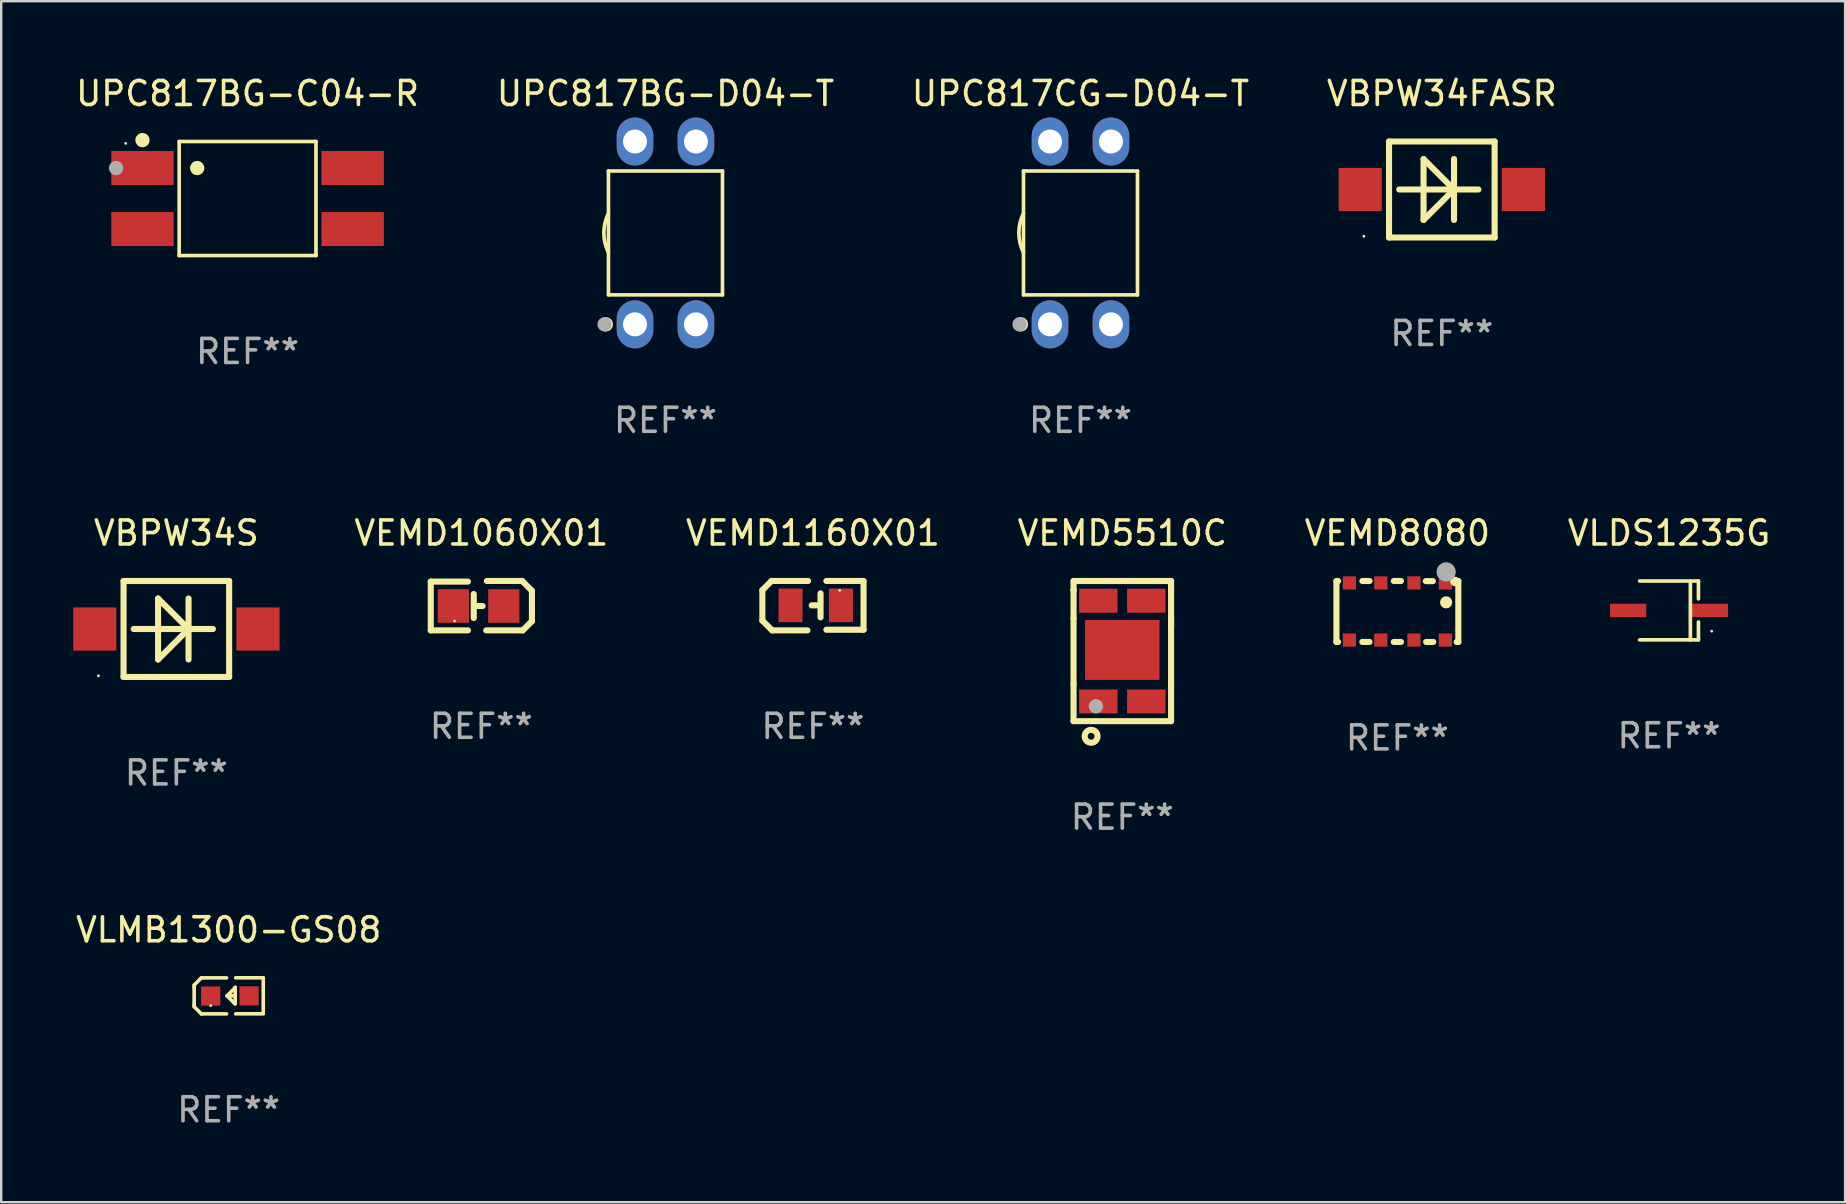
<source format=kicad_pcb>
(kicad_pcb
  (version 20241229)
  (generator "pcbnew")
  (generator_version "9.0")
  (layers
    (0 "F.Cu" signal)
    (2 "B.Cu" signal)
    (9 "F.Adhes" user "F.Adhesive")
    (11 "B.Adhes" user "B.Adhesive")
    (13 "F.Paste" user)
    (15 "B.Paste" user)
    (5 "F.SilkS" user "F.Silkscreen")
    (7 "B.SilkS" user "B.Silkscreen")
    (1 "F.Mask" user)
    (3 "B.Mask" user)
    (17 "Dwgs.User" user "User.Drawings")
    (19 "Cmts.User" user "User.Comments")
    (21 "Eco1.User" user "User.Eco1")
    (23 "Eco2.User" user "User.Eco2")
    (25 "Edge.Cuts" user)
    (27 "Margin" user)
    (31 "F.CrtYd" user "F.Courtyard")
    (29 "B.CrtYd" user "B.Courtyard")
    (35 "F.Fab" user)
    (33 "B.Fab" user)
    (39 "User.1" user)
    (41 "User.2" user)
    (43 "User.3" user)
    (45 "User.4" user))
  (footprint "UPC817BG-C04-R"
    (layer "F.Cu")
    (at 7.268 5.224)
    (property "Reference" "UPC817BG-C04-R" (at 0 -4.376 0) (layer "F.SilkS") (effects (font (size 1 1) (thickness 0.15))))
    (attr through_hole)
    (fp_line (start -2.851 -2.376) (end 2.851 -2.376) (stroke (width 0.152) (type solid)) (layer "F.SilkS"))
    (fp_line (start -2.851 2.376) (end -2.851 -2.376) (stroke (width 0.152) (type solid)) (layer "F.SilkS"))
    (fp_line (start 2.851 -2.376) (end 2.851 2.376) (stroke (width 0.152) (type solid)) (layer "F.SilkS"))
    (fp_line (start 2.851 2.376) (end -2.851 2.376) (stroke (width 0.152) (type solid)) (layer "F.SilkS"))
    (fp_circle (center -5.08 -2.3) (end -5.05 -2.3) (stroke (width 0.06) (type solid)) (fill no) (layer "F.SilkS"))
    (fp_circle (center -4.38 -2.434) (end -4.23 -2.434) (stroke (width 0.3) (type solid)) (fill no) (layer "F.SilkS"))
    (fp_circle (center -2.099 -1.27) (end -1.949 -1.27) (stroke (width 0.3) (type solid)) (fill no) (layer "F.SilkS"))
    (fp_circle (center -5.48 -1.27) (end -5.33 -1.27) (stroke (width 0.3) (type solid)) (fill no) (layer "F.Fab"))
    (fp_text user "REF**" (at 0 6.376 0) (layer "F.Fab") (effects (font (size 1 1) (thickness 0.15))))
    (pad "1" smd rect (at -4.38 -1.27) (size 2.6 1.422) (layers "F.Cu" "F.Mask" "F.Paste"))
    (pad "2" smd rect (at -4.38 1.27) (size 2.6 1.422) (layers "F.Cu" "F.Mask" "F.Paste"))
    (pad "3" smd rect (at 4.38 1.27) (size 2.6 1.422) (layers "F.Cu" "F.Mask" "F.Paste"))
    (pad "4" smd rect (at 4.38 -1.27) (size 2.6 1.422) (layers "F.Cu" "F.Mask" "F.Paste")))
  (footprint "VEMD8080"
    (layer "F.Cu")
    (at 55.189 22.435)
    (property "Reference" "VEMD8080" (at 0 -3.27 0) (layer "F.SilkS") (effects (font (size 1 1) (thickness 0.15))))
    (attr through_hole)
    (fp_line (start -2.54 -1.27) (end -2.54 1.27) (stroke (width 0.254) (type solid)) (layer "F.SilkS"))
    (fp_line (start -2.54 1.27) (end -2.471 1.27) (stroke (width 0.254) (type solid)) (layer "F.SilkS"))
    (fp_line (start -2.471 -1.27) (end -2.54 -1.27) (stroke (width 0.254) (type solid)) (layer "F.SilkS"))
    (fp_line (start -1.459 1.27) (end -1.161 1.27) (stroke (width 0.254) (type solid)) (layer "F.SilkS"))
    (fp_line (start -1.161 -1.27) (end -1.459 -1.27) (stroke (width 0.254) (type solid)) (layer "F.SilkS"))
    (fp_line (start -0.149 1.27) (end 0.149 1.27) (stroke (width 0.254) (type solid)) (layer "F.SilkS"))
    (fp_line (start 0.149 -1.27) (end -0.149 -1.27) (stroke (width 0.254) (type solid)) (layer "F.SilkS"))
    (fp_line (start 1.198 1.27) (end 1.496 1.27) (stroke (width 0.254) (type solid)) (layer "F.SilkS"))
    (fp_line (start 1.482 -1.265) (end 1.185 -1.265) (stroke (width 0.254) (type solid)) (layer "F.SilkS"))
    (fp_line (start 2.471 1.27) (end 2.54 1.27) (stroke (width 0.254) (type solid)) (layer "F.SilkS"))
    (fp_line (start 2.54 -1.27) (end 2.471 -1.27) (stroke (width 0.254) (type solid)) (layer "F.SilkS"))
    (fp_line (start 2.54 1.27) (end 2.54 -1.27) (stroke (width 0.254) (type solid)) (layer "F.SilkS"))
    (fp_circle (center 2.032 -0.381) (end 2.159 -0.381) (stroke (width 0.254) (type solid)) (fill no) (layer "F.SilkS"))
    (fp_circle (center 2.4 -1.25) (end 2.5 -1.25) (stroke (width 0.2) (type solid)) (fill no) (layer "F.SilkS"))
    (fp_circle (center 2.032 -1.651) (end 2.232 -1.651) (stroke (width 0.4) (type solid)) (fill no) (layer "F.Fab"))
    (fp_text user "REF**" (at 0 5.27 0) (layer "F.Fab") (effects (font (size 1 1) (thickness 0.15))))
    (pad "1" smd rect (at 2 -1.19 180) (size 0.55 0.55) (layers "F.Cu" "F.Mask" "F.Paste"))
    (pad "2" smd rect (at 0.69 -1.19 180) (size 0.55 0.55) (layers "F.Cu" "F.Mask" "F.Paste"))
    (pad "3" smd rect (at -0.69 -1.19 180) (size 0.55 0.55) (layers "F.Cu" "F.Mask" "F.Paste"))
    (pad "4" smd rect (at -2 -1.19 180) (size 0.55 0.55) (layers "F.Cu" "F.Mask" "F.Paste"))
    (pad "5" smd rect (at -2 1.19 180) (size 0.55 0.55) (layers "F.Cu" "F.Mask" "F.Paste"))
    (pad "6" smd rect (at -0.69 1.19 180) (size 0.55 0.55) (layers "F.Cu" "F.Mask" "F.Paste"))
    (pad "7" smd rect (at 0.69 1.19 180) (size 0.55 0.55) (layers "F.Cu" "F.Mask" "F.Paste"))
    (pad "8" smd rect (at 2 1.19 180) (size 0.55 0.55) (layers "F.Cu" "F.Mask" "F.Paste")))
  (footprint "VBPW34FASR"
    (layer "F.Cu")
    (at 57.042 4.848)
    (property "Reference" "VBPW34FASR" (at 0 -4 0) (layer "F.SilkS") (effects (font (size 1 1) (thickness 0.15))))
    (attr through_hole)
    (fp_line (start -2.2 -2) (end 2.2 -2) (stroke (width 0.254) (type solid)) (layer "F.SilkS"))
    (fp_line (start -2.2 2) (end -2.2 -2) (stroke (width 0.254) (type solid)) (layer "F.SilkS"))
    (fp_line (start -1.778 0) (end 1.524 0) (stroke (width 0.254) (type solid)) (layer "F.SilkS"))
    (fp_line (start -0.762 -1.27) (end -0.762 1.27) (stroke (width 0.254) (type solid)) (layer "F.SilkS"))
    (fp_line (start -0.762 1.27) (end 0.508 0) (stroke (width 0.254) (type solid)) (layer "F.SilkS"))
    (fp_line (start 0.508 -1.27) (end 0.508 1.27) (stroke (width 0.254) (type solid)) (layer "F.SilkS"))
    (fp_line (start 0.508 0) (end -0.762 -1.27) (stroke (width 0.254) (type solid)) (layer "F.SilkS"))
    (fp_line (start 2.2 -2) (end 2.2 2) (stroke (width 0.254) (type solid)) (layer "F.SilkS"))
    (fp_line (start 2.2 2) (end -2.2 2) (stroke (width 0.254) (type solid)) (layer "F.SilkS"))
    (fp_circle (center -3.25 1.95) (end -3.22 1.95) (stroke (width 0.06) (type solid)) (fill no) (layer "F.SilkS"))
    (fp_text user "REF**" (at 0 6 0) (layer "F.Fab") (effects (font (size 1 1) (thickness 0.15))))
    (pad "1" smd rect (at -3.4 0) (size 1.8 1.8) (layers "F.Cu" "F.Mask" "F.Paste"))
    (pad "2" smd rect (at 3.4 0) (size 1.8 1.8) (layers "F.Cu" "F.Mask" "F.Paste")))
  (footprint "UPC817CG-D04-T"
    (layer "F.Cu")
    (at 41.982 6.658)
    (property "Reference" "UPC817CG-D04-T" (at 0 -5.81 0) (layer "F.SilkS") (effects (font (size 1 1) (thickness 0.15))))
    (attr through_hole)
    (fp_line (start -2.376 -2.581) (end 2.376 -2.581) (stroke (width 0.152) (type solid)) (layer "F.SilkS"))
    (fp_line (start -2.376 2.581) (end -2.376 -2.581) (stroke (width 0.152) (type solid)) (layer "F.SilkS"))
    (fp_line (start 2.376 -2.581) (end 2.376 2.581) (stroke (width 0.152) (type solid)) (layer "F.SilkS"))
    (fp_line (start 2.376 2.581) (end -2.376 2.581) (stroke (width 0.152) (type solid)) (layer "F.SilkS"))
    (fp_arc (start -2.3762 0.812496) (mid -2.568004 0) (end -2.3762 -0.812497) (stroke (width 0.1524) (type solid)) (layer "F.SilkS"))
    (fp_circle (center -2.484 3.81) (end -2.334 3.81) (stroke (width 0.3) (type solid)) (fill no) (layer "F.SilkS"))
    (fp_circle (center -2.3 3.935) (end -2.27 3.935) (stroke (width 0.06) (type solid)) (fill no) (layer "F.SilkS"))
    (fp_circle (center -2.54 3.81) (end -2.39 3.81) (stroke (width 0.3) (type solid)) (fill no) (layer "F.Fab"))
    (fp_text user "REF**" (at 0 7.81 0) (layer "F.Fab") (effects (font (size 1 1) (thickness 0.15))))
    (pad "1" thru_hole oval (at -1.27 3.81) (size 1.524 2) (drill 1) (layers "*.Cu" "*.Mask"))
    (pad "2" thru_hole oval (at 1.27 3.81) (size 1.524 2) (drill 1) (layers "*.Cu" "*.Mask"))
    (pad "3" thru_hole oval (at 1.27 -3.81) (size 1.524 2) (drill 1) (layers "*.Cu" "*.Mask"))
    (pad "4" thru_hole oval (at -1.27 -3.81) (size 1.524 2) (drill 1) (layers "*.Cu" "*.Mask")))
  (footprint "VEMD1160X01"
    (layer "F.Cu")
    (at 30.832 22.193)
    (property "Reference" "VEMD1160X01" (at 0 -3.029 0) (layer "F.SilkS") (effects (font (size 1 1) (thickness 0.15))))
    (attr through_hole)
    (fp_line (start -2.108 -0.648) (end -1.727 -1.029) (stroke (width 0.254) (type solid)) (layer "F.SilkS"))
    (fp_line (start -2.108 0.622) (end -2.108 -0.648) (stroke (width 0.254) (type solid)) (layer "F.SilkS"))
    (fp_line (start -1.727 -1.029) (end -0.203 -1.029) (stroke (width 0.254) (type solid)) (layer "F.SilkS"))
    (fp_line (start -1.702 1.029) (end -2.108 0.622) (stroke (width 0.254) (type solid)) (layer "F.SilkS"))
    (fp_line (start -0.229 1.029) (end -1.702 1.029) (stroke (width 0.254) (type solid)) (layer "F.SilkS"))
    (fp_line (start 0.216 -0.014) (end -0.053 -0.014) (stroke (width 0.254) (type solid)) (layer "F.SilkS"))
    (fp_line (start 0.316 -0.514) (end 0.316 0.486) (stroke (width 0.254) (type solid)) (layer "F.SilkS"))
    (fp_line (start 0.559 1.003) (end 2.108 1.003) (stroke (width 0.254) (type solid)) (layer "F.SilkS"))
    (fp_line (start 2.108 -1.029) (end 0.559 -1.029) (stroke (width 0.254) (type solid)) (layer "F.SilkS"))
    (fp_line (start 2.108 1.003) (end 2.108 -1.029) (stroke (width 0.254) (type solid)) (layer "F.SilkS"))
    (fp_circle (center 1.116 -0.639) (end 1.146 -0.639) (stroke (width 0.06) (type solid)) (fill no) (layer "F.SilkS"))
    (fp_text user "REF**" (at 0 5.029 0) (layer "F.Fab") (effects (font (size 1 1) (thickness 0.15))))
    (pad "1" smd rect (at 1.166 -0.014 180) (size 1 1.4) (layers "F.Cu" "F.Mask" "F.Paste"))
    (pad "2" smd rect (at -0.935 -0.014 180) (size 1 1.4) (layers "F.Cu" "F.Mask" "F.Paste")))
  (footprint "VLDS1235G"
    (layer "F.Cu")
    (at 66.511 22.391)
    (property "Reference" "VLDS1235G" (at 0 -3.226 0) (layer "F.SilkS") (effects (font (size 1 1) (thickness 0.15))))
    (attr through_hole)
    (fp_line (start -1.226 -1.226) (end 1.226 -1.226) (stroke (width 0.152) (type solid)) (layer "F.SilkS"))
    (fp_line (start -1.226 1.226) (end 1.226 1.226) (stroke (width 0.152) (type solid)) (layer "F.SilkS"))
    (fp_line (start 0.889 -1.226) (end 0.889 1.226) (stroke (width 0.152) (type solid)) (layer "F.SilkS"))
    (fp_line (start 1.226 -1.226) (end 1.226 -0.483) (stroke (width 0.152) (type solid)) (layer "F.SilkS"))
    (fp_line (start 1.226 1.226) (end 1.226 0.483) (stroke (width 0.152) (type solid)) (layer "F.SilkS"))
    (fp_circle (center 1.778 0.866) (end 1.808 0.866) (stroke (width 0.06) (type solid)) (fill no) (layer "F.SilkS"))
    (fp_text user "REF**" (at 0 5.226 0) (layer "F.Fab") (effects (font (size 1 1) (thickness 0.15))))
    (pad "1" smd rect (at 1.705 0 180) (size 1.51 0.56) (layers "F.Cu" "F.Mask" "F.Paste"))
    (pad "2" smd rect (at -1.705 0 180) (size 1.51 0.56) (layers "F.Cu" "F.Mask" "F.Paste")))
  (footprint "VEMD1060X01"
    (layer "F.Cu")
    (at 17.011 22.193)
    (property "Reference" "VEMD1060X01" (at 0 -3.029 0) (layer "F.SilkS") (effects (font (size 1 1) (thickness 0.15))))
    (attr through_hole)
    (fp_line (start -2.108 -1.003) (end -2.108 1.029) (stroke (width 0.254) (type solid)) (layer "F.SilkS"))
    (fp_line (start -2.108 1.029) (end -0.559 1.029) (stroke (width 0.254) (type solid)) (layer "F.SilkS"))
    (fp_line (start -0.559 -1.003) (end -2.108 -1.003) (stroke (width 0.254) (type solid)) (layer "F.SilkS"))
    (fp_line (start -0.316 0.514) (end -0.316 -0.486) (stroke (width 0.254) (type solid)) (layer "F.SilkS"))
    (fp_line (start -0.216 0.014) (end 0.053 0.014) (stroke (width 0.254) (type solid)) (layer "F.SilkS"))
    (fp_line (start 0.229 -1.029) (end 1.702 -1.029) (stroke (width 0.254) (type solid)) (layer "F.SilkS"))
    (fp_line (start 1.702 -1.029) (end 2.108 -0.622) (stroke (width 0.254) (type solid)) (layer "F.SilkS"))
    (fp_line (start 1.727 1.029) (end 0.203 1.029) (stroke (width 0.254) (type solid)) (layer "F.SilkS"))
    (fp_line (start 2.108 -0.622) (end 2.108 0.648) (stroke (width 0.254) (type solid)) (layer "F.SilkS"))
    (fp_line (start 2.108 0.648) (end 1.727 1.029) (stroke (width 0.254) (type solid)) (layer "F.SilkS"))
    (fp_circle (center -1.116 0.639) (end -1.086 0.639) (stroke (width 0.06) (type solid)) (fill no) (layer "F.SilkS"))
    (fp_text user "REF**" (at 0 5.029 0) (layer "F.Fab") (effects (font (size 1 1) (thickness 0.15))))
    (pad "1" smd rect (at -1.166 0.014) (size 1.3 1.4) (layers "F.Cu" "F.Mask" "F.Paste"))
    (pad "2" smd rect (at 0.935 0.014) (size 1.3 1.4) (layers "F.Cu" "F.Mask" "F.Paste")))
  (footprint "VEMD5510C"
    (layer "F.Cu")
    (at 43.725 24.086)
    (property "Reference" "VEMD5510C" (at 0 -4.921 0) (layer "F.SilkS") (effects (font (size 1 1) (thickness 0.15))))
    (attr through_hole)
    (fp_line (start -2.032 -2.921) (end 2.032 -2.921) (stroke (width 0.254) (type solid)) (layer "F.SilkS"))
    (fp_line (start -2.032 -2.54) (end -2.032 -2.921) (stroke (width 0.254) (type solid)) (layer "F.SilkS"))
    (fp_line (start -2.032 -2.54) (end -2.031 -2.54) (stroke (width 0.254) (type solid)) (layer "F.SilkS"))
    (fp_line (start -2.032 -1.369) (end -2.032 -2.54) (stroke (width 0.254) (type solid)) (layer "F.SilkS"))
    (fp_line (start -2.032 -1.369) (end -2.032 1.369) (stroke (width 0.254) (type solid)) (layer "F.SilkS"))
    (fp_line (start -2.032 2.921) (end -2.032 1.369) (stroke (width 0.254) (type solid)) (layer "F.SilkS"))
    (fp_line (start 2.031 -2.54) (end 2.032 -2.54) (stroke (width 0.254) (type solid)) (layer "F.SilkS"))
    (fp_line (start 2.032 -2.921) (end 2.032 -2.54) (stroke (width 0.254) (type solid)) (layer "F.SilkS"))
    (fp_line (start 2.032 -2.54) (end 2.032 -0.989) (stroke (width 0.254) (type solid)) (layer "F.SilkS"))
    (fp_line (start 2.032 -1.369) (end 2.032 1.369) (stroke (width 0.254) (type solid)) (layer "F.SilkS"))
    (fp_line (start 2.032 1.369) (end 2.032 2.921) (stroke (width 0.254) (type solid)) (layer "F.SilkS"))
    (fp_line (start 2.032 2.921) (end -2.032 2.921) (stroke (width 0.254) (type solid)) (layer "F.SilkS"))
    (fp_circle (center -2 2.5) (end -1.97 2.5) (stroke (width 0.06) (type solid)) (fill no) (layer "F.SilkS"))
    (fp_circle (center -1.3 3.55) (end -1.031 3.55) (stroke (width 0.254) (type solid)) (fill no) (layer "F.SilkS"))
    (fp_circle (center -1.1 2.3) (end -0.95 2.3) (stroke (width 0.3) (type solid)) (fill no) (layer "F.Fab"))
    (fp_text user "REF**" (at 0 6.921 0) (layer "F.Fab") (effects (font (size 1 1) (thickness 0.15))))
    (pad "1" smd rect (at -1 2.1 90) (size 1 1.6) (layers "F.Cu" "F.Mask" "F.Paste"))
    (pad "2" smd rect (at 1 2.1 90) (size 1 1.6) (layers "F.Cu" "F.Mask" "F.Paste"))
    (pad "3" smd rect (at 1 -2.1 90) (size 1 1.6) (layers "F.Cu" "F.Mask" "F.Paste"))
    (pad "4" smd rect (at -1 -2.1 90) (size 1 1.6) (layers "F.Cu" "F.Mask" "F.Paste"))
    (pad "5" smd rect (at 0 -0.05) (size 3.1 2.5) (layers "F.Cu" "F.Mask" "F.Paste")))
  (footprint "VBPW34S"
    (layer "F.Cu")
    (at 4.3 23.165)
    (property "Reference" "VBPW34S" (at 0 -4 0) (layer "F.SilkS") (effects (font (size 1 1) (thickness 0.15))))
    (attr through_hole)
    (fp_line (start -2.2 -2) (end 2.2 -2) (stroke (width 0.254) (type solid)) (layer "F.SilkS"))
    (fp_line (start -2.2 2) (end -2.2 -2) (stroke (width 0.254) (type solid)) (layer "F.SilkS"))
    (fp_line (start -1.778 0) (end 1.524 0) (stroke (width 0.254) (type solid)) (layer "F.SilkS"))
    (fp_line (start -0.762 -1.27) (end -0.762 1.27) (stroke (width 0.254) (type solid)) (layer "F.SilkS"))
    (fp_line (start -0.762 1.27) (end 0.508 0) (stroke (width 0.254) (type solid)) (layer "F.SilkS"))
    (fp_line (start 0.508 -1.27) (end 0.508 1.27) (stroke (width 0.254) (type solid)) (layer "F.SilkS"))
    (fp_line (start 0.508 0) (end -0.762 -1.27) (stroke (width 0.254) (type solid)) (layer "F.SilkS"))
    (fp_line (start 2.2 -2) (end 2.2 2) (stroke (width 0.254) (type solid)) (layer "F.SilkS"))
    (fp_line (start 2.2 2) (end -2.2 2) (stroke (width 0.254) (type solid)) (layer "F.SilkS"))
    (fp_circle (center -3.25 1.95) (end -3.22 1.95) (stroke (width 0.06) (type solid)) (fill no) (layer "F.SilkS"))
    (fp_text user "REF**" (at 0 6 0) (layer "F.Fab") (effects (font (size 1 1) (thickness 0.15))))
    (pad "1" smd rect (at -3.4 0) (size 1.8 1.8) (layers "F.Cu" "F.Mask" "F.Paste"))
    (pad "2" smd rect (at 3.4 0) (size 1.8 1.8) (layers "F.Cu" "F.Mask" "F.Paste")))
  (footprint "VLMB1300-GS08"
    (layer "F.Cu")
    (at 6.482 38.454)
    (property "Reference" "VLMB1300-GS08" (at 0 -2.751 0) (layer "F.SilkS") (effects (font (size 1 1) (thickness 0.15))))
    (attr through_hole)
    (fp_line (start -1.44 -0.449) (end -1.14 -0.749) (stroke (width 0.15) (type solid)) (layer "F.SilkS"))
    (fp_line (start -1.44 -0.349) (end -1.44 -0.449) (stroke (width 0.15) (type solid)) (layer "F.SilkS"))
    (fp_line (start -1.44 -0.349) (end -1.44 0.351) (stroke (width 0.15) (type solid)) (layer "F.SilkS"))
    (fp_line (start -1.44 0.351) (end -1.44 0.451) (stroke (width 0.15) (type solid)) (layer "F.SilkS"))
    (fp_line (start -1.44 0.451) (end -1.14 0.751) (stroke (width 0.15) (type solid)) (layer "F.SilkS"))
    (fp_line (start -0.09 -0.749) (end -1.14 -0.749) (stroke (width 0.15) (type solid)) (layer "F.SilkS"))
    (fp_line (start -0.09 0.751) (end -1.14 0.751) (stroke (width 0.15) (type solid)) (layer "F.SilkS"))
    (fp_line (start 0.26 0.329) (end -0.07 -0.001) (stroke (width 0.15) (type solid)) (layer "F.SilkS"))
    (fp_line (start 0.27 -0.351) (end 0.27 -0.341) (stroke (width 0.15) (type solid)) (layer "F.SilkS"))
    (fp_line (start 0.27 -0.351) (end 0.27 0.329) (stroke (width 0.15) (type solid)) (layer "F.SilkS"))
    (fp_line (start 0.27 -0.341) (end -0.07 -0.001) (stroke (width 0.15) (type solid)) (layer "F.SilkS"))
    (fp_line (start 0.27 -0.001) (end -0.07 -0.001) (stroke (width 0.15) (type solid)) (layer "F.SilkS"))
    (fp_line (start 0.27 0.329) (end 0.26 0.329) (stroke (width 0.15) (type solid)) (layer "F.SilkS"))
    (fp_line (start 0.29 -0.751) (end 1.44 -0.751) (stroke (width 0.15) (type solid)) (layer "F.SilkS"))
    (fp_line (start 0.29 0.749) (end 1.44 0.749) (stroke (width 0.15) (type solid)) (layer "F.SilkS"))
    (fp_line (start 1.44 -0.751) (end 1.44 0.729) (stroke (width 0.15) (type solid)) (layer "F.SilkS"))
    (fp_circle (center -0.75 0.409) (end -0.72 0.409) (stroke (width 0.06) (type solid)) (fill no) (layer "F.SilkS"))
    (fp_text user "REF**" (at 0 4.751 0) (layer "F.Fab") (effects (font (size 1 1) (thickness 0.15))))
    (pad "1" smd rect (at -0.75 0.009 90) (size 0.8 0.8) (layers "F.Cu" "F.Mask" "F.Paste"))
    (pad "2" smd rect (at 0.849 0.002 90) (size 0.8 0.8) (layers "F.Cu" "F.Mask" "F.Paste")))
  (footprint "UPC817BG-D04-T"
    (layer "F.Cu")
    (at 24.685 6.658)
    (property "Reference" "UPC817BG-D04-T" (at 0 -5.81 0) (layer "F.SilkS") (effects (font (size 1 1) (thickness 0.15))))
    (attr through_hole)
    (fp_line (start -2.376 -2.581) (end 2.376 -2.581) (stroke (width 0.152) (type solid)) (layer "F.SilkS"))
    (fp_line (start -2.376 2.581) (end -2.376 -2.581) (stroke (width 0.152) (type solid)) (layer "F.SilkS"))
    (fp_line (start 2.376 -2.581) (end 2.376 2.581) (stroke (width 0.152) (type solid)) (layer "F.SilkS"))
    (fp_line (start 2.376 2.581) (end -2.376 2.581) (stroke (width 0.152) (type solid)) (layer "F.SilkS"))
    (fp_arc (start -2.3762 0.812496) (mid -2.568004 0) (end -2.3762 -0.812497) (stroke (width 0.1524) (type solid)) (layer "F.SilkS"))
    (fp_circle (center -2.484 3.81) (end -2.334 3.81) (stroke (width 0.3) (type solid)) (fill no) (layer "F.SilkS"))
    (fp_circle (center -2.3 3.935) (end -2.27 3.935) (stroke (width 0.06) (type solid)) (fill no) (layer "F.SilkS"))
    (fp_circle (center -2.54 3.81) (end -2.39 3.81) (stroke (width 0.3) (type solid)) (fill no) (layer "F.Fab"))
    (fp_text user "REF**" (at 0 7.81 0) (layer "F.Fab") (effects (font (size 1 1) (thickness 0.15))))
    (pad "1" thru_hole oval (at -1.27 3.81) (size 1.524 2) (drill 1) (layers "*.Cu" "*.Mask"))
    (pad "2" thru_hole oval (at 1.27 3.81) (size 1.524 2) (drill 1) (layers "*.Cu" "*.Mask"))
    (pad "3" thru_hole oval (at 1.27 -3.81) (size 1.524 2) (drill 1) (layers "*.Cu" "*.Mask"))
    (pad "4" thru_hole oval (at -1.27 -3.81) (size 1.524 2) (drill 1) (layers "*.Cu" "*.Mask")))
  (gr_rect
    (start -3 -3)
    (end 73.85 47.054)
    (stroke (width 0.1) (type default))
    (fill no)
    (layer "Edge.Cuts")))
</source>
